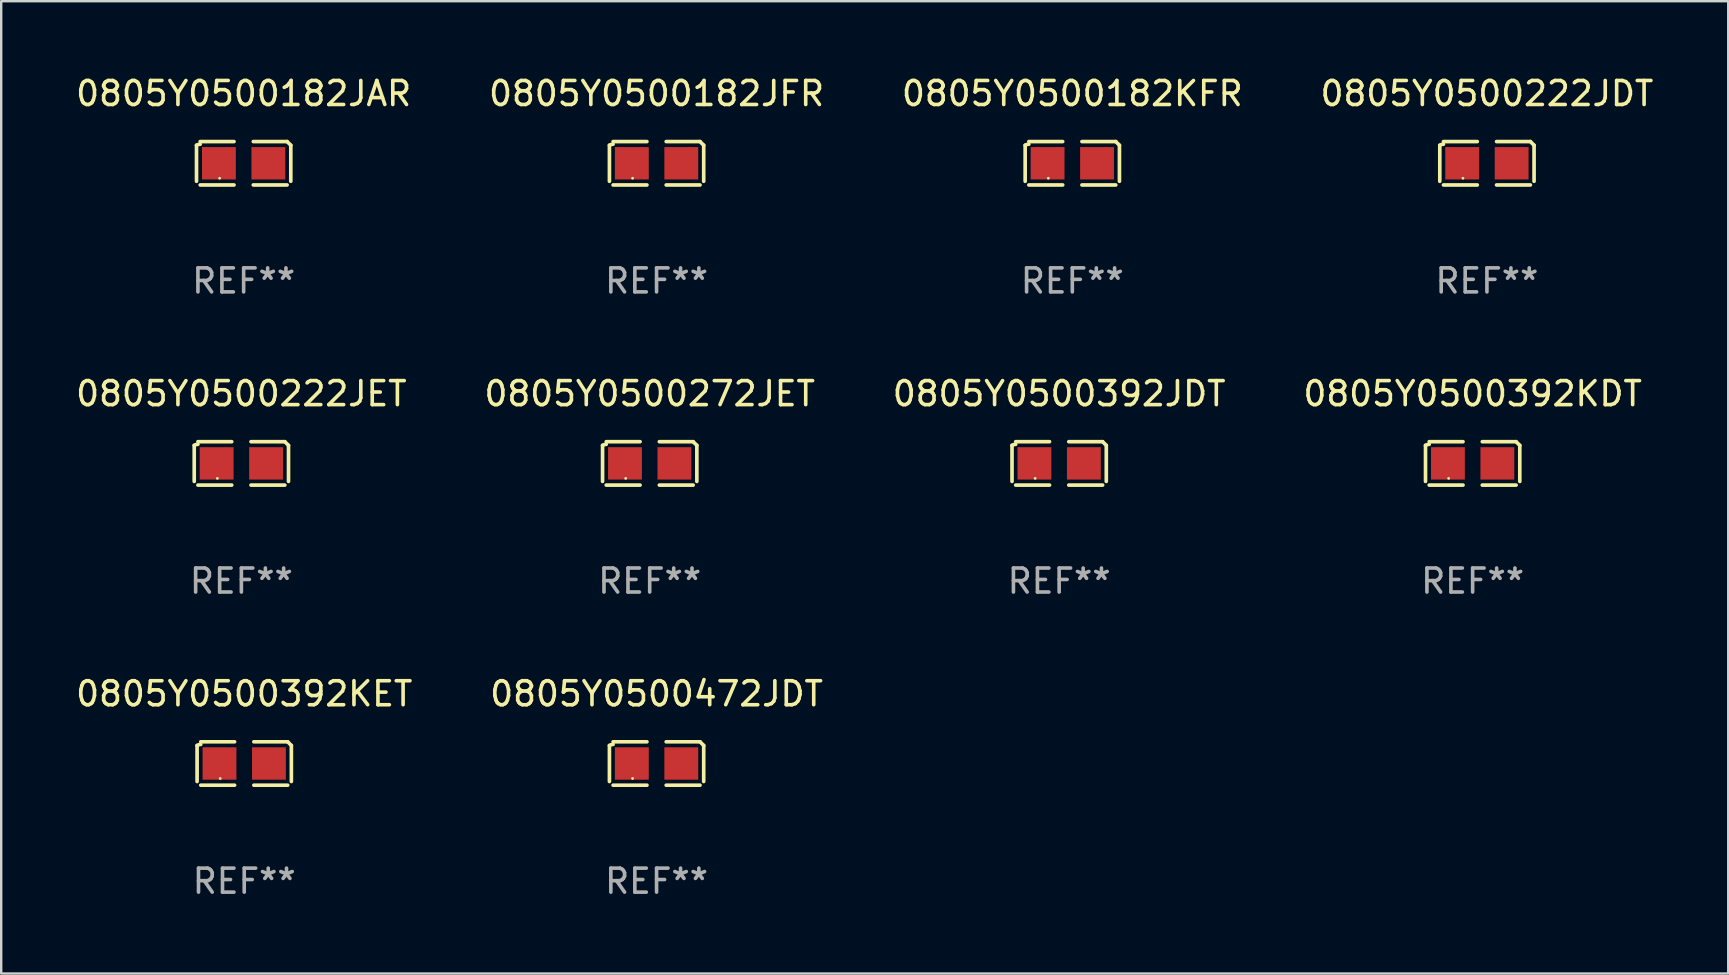
<source format=kicad_pcb>
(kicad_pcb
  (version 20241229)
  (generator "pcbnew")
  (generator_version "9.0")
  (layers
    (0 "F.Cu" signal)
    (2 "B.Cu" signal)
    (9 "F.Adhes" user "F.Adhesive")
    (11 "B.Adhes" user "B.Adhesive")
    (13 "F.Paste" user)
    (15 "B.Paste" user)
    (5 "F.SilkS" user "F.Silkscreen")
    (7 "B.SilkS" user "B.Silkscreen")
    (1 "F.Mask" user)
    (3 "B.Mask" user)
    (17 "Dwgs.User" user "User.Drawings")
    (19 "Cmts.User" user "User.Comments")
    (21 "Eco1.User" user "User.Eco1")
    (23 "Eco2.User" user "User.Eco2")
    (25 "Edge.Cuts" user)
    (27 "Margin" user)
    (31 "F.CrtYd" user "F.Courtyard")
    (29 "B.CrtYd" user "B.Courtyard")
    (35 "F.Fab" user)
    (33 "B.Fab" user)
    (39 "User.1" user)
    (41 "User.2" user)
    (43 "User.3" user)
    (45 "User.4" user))
  (footprint "0805Y0500272JET"
    (layer "F.Cu")
    (at 24.018 16.256)
    (property "Reference" "0805Y0500272JET" (at 0 -2.904 0) (layer "F.SilkS") (effects (font (size 1 1) (thickness 0.15))))
    (attr through_hole)
    (fp_line (start -1.964 0.751) (end -1.964 -0.751) (stroke (width 0.152) (type solid)) (layer "F.SilkS"))
    (fp_line (start -1.811 -0.904) (end -0.401 -0.904) (stroke (width 0.152) (type solid)) (layer "F.SilkS"))
    (fp_line (start -0.401 0.904) (end -1.811 0.904) (stroke (width 0.152) (type solid)) (layer "F.SilkS"))
    (fp_line (start 0.401 0.904) (end 1.811 0.904) (stroke (width 0.152) (type solid)) (layer "F.SilkS"))
    (fp_line (start 1.811 -0.904) (end 0.401 -0.904) (stroke (width 0.152) (type solid)) (layer "F.SilkS"))
    (fp_line (start 1.964 0.751) (end 1.964 -0.751) (stroke (width 0.152) (type solid)) (layer "F.SilkS"))
    (fp_arc (start -1.963602 -0.751207) (mid -1.890354 -0.783131) (end -1.811201 -0.794044) (stroke (width 0.1524) (type solid)) (layer "F.SilkS"))
    (fp_arc (start 1.811202 -0.903607) (mid 1.887413 -0.827418) (end 1.963602 -0.751207) (stroke (width 0.1524) (type solid)) (layer "F.SilkS"))
    (fp_circle (center -1 0.625) (end -0.97 0.625) (stroke (width 0.06) (type solid)) (fill no) (layer "F.SilkS"))
    (fp_text user "REF**" (at 0 4.904 0) (layer "F.Fab") (effects (font (size 1 1) (thickness 0.15))))
    (pad "1" smd rect (at -1.03 0) (size 1.41 1.35) (layers "F.Cu" "F.Mask" "F.Paste"))
    (pad "2" smd rect (at 1.03 0) (size 1.41 1.35) (layers "F.Cu" "F.Mask" "F.Paste")))
  (footprint "0805Y0500222JDT"
    (layer "F.Cu")
    (at 58.899 3.752)
    (property "Reference" "0805Y0500222JDT" (at 0 -2.904 0) (layer "F.SilkS") (effects (font (size 1 1) (thickness 0.15))))
    (attr through_hole)
    (fp_line (start -1.964 0.751) (end -1.964 -0.751) (stroke (width 0.152) (type solid)) (layer "F.SilkS"))
    (fp_line (start -1.811 -0.904) (end -0.401 -0.904) (stroke (width 0.152) (type solid)) (layer "F.SilkS"))
    (fp_line (start -0.401 0.904) (end -1.811 0.904) (stroke (width 0.152) (type solid)) (layer "F.SilkS"))
    (fp_line (start 0.401 0.904) (end 1.811 0.904) (stroke (width 0.152) (type solid)) (layer "F.SilkS"))
    (fp_line (start 1.811 -0.904) (end 0.401 -0.904) (stroke (width 0.152) (type solid)) (layer "F.SilkS"))
    (fp_line (start 1.964 0.751) (end 1.964 -0.751) (stroke (width 0.152) (type solid)) (layer "F.SilkS"))
    (fp_arc (start -1.963602 -0.751207) (mid -1.890354 -0.783131) (end -1.811201 -0.794044) (stroke (width 0.1524) (type solid)) (layer "F.SilkS"))
    (fp_arc (start 1.811202 -0.903607) (mid 1.887413 -0.827418) (end 1.963602 -0.751207) (stroke (width 0.1524) (type solid)) (layer "F.SilkS"))
    (fp_circle (center -1 0.625) (end -0.97 0.625) (stroke (width 0.06) (type solid)) (fill no) (layer "F.SilkS"))
    (fp_text user "REF**" (at 0 4.904 0) (layer "F.Fab") (effects (font (size 1 1) (thickness 0.15))))
    (pad "1" smd rect (at -1.03 0) (size 1.41 1.35) (layers "F.Cu" "F.Mask" "F.Paste"))
    (pad "2" smd rect (at 1.03 0) (size 1.41 1.35) (layers "F.Cu" "F.Mask" "F.Paste")))
  (footprint "0805Y0500182JFR"
    (layer "F.Cu")
    (at 24.304 3.752)
    (property "Reference" "0805Y0500182JFR" (at 0 -2.904 0) (layer "F.SilkS") (effects (font (size 1 1) (thickness 0.15))))
    (attr through_hole)
    (fp_line (start -1.964 0.751) (end -1.964 -0.751) (stroke (width 0.152) (type solid)) (layer "F.SilkS"))
    (fp_line (start -1.811 -0.904) (end -0.401 -0.904) (stroke (width 0.152) (type solid)) (layer "F.SilkS"))
    (fp_line (start -0.401 0.904) (end -1.811 0.904) (stroke (width 0.152) (type solid)) (layer "F.SilkS"))
    (fp_line (start 0.401 0.904) (end 1.811 0.904) (stroke (width 0.152) (type solid)) (layer "F.SilkS"))
    (fp_line (start 1.811 -0.904) (end 0.401 -0.904) (stroke (width 0.152) (type solid)) (layer "F.SilkS"))
    (fp_line (start 1.964 0.751) (end 1.964 -0.751) (stroke (width 0.152) (type solid)) (layer "F.SilkS"))
    (fp_arc (start -1.963602 -0.751207) (mid -1.890354 -0.783131) (end -1.811201 -0.794044) (stroke (width 0.1524) (type solid)) (layer "F.SilkS"))
    (fp_arc (start 1.811202 -0.903607) (mid 1.887413 -0.827418) (end 1.963602 -0.751207) (stroke (width 0.1524) (type solid)) (layer "F.SilkS"))
    (fp_circle (center -1 0.625) (end -0.97 0.625) (stroke (width 0.06) (type solid)) (fill no) (layer "F.SilkS"))
    (fp_text user "REF**" (at 0 4.904 0) (layer "F.Fab") (effects (font (size 1 1) (thickness 0.15))))
    (pad "1" smd rect (at -1.03 0) (size 1.41 1.35) (layers "F.Cu" "F.Mask" "F.Paste"))
    (pad "2" smd rect (at 1.03 0) (size 1.41 1.35) (layers "F.Cu" "F.Mask" "F.Paste")))
  (footprint "0805Y0500392KET"
    (layer "F.Cu")
    (at 7.125 28.759)
    (property "Reference" "0805Y0500392KET" (at 0 -2.904 0) (layer "F.SilkS") (effects (font (size 1 1) (thickness 0.15))))
    (attr through_hole)
    (fp_line (start -1.964 0.751) (end -1.964 -0.751) (stroke (width 0.152) (type solid)) (layer "F.SilkS"))
    (fp_line (start -1.811 -0.904) (end -0.401 -0.904) (stroke (width 0.152) (type solid)) (layer "F.SilkS"))
    (fp_line (start -0.401 0.904) (end -1.811 0.904) (stroke (width 0.152) (type solid)) (layer "F.SilkS"))
    (fp_line (start 0.401 0.904) (end 1.811 0.904) (stroke (width 0.152) (type solid)) (layer "F.SilkS"))
    (fp_line (start 1.811 -0.904) (end 0.401 -0.904) (stroke (width 0.152) (type solid)) (layer "F.SilkS"))
    (fp_line (start 1.964 0.751) (end 1.964 -0.751) (stroke (width 0.152) (type solid)) (layer "F.SilkS"))
    (fp_arc (start -1.963602 -0.751207) (mid -1.890354 -0.783131) (end -1.811201 -0.794044) (stroke (width 0.1524) (type solid)) (layer "F.SilkS"))
    (fp_arc (start 1.811202 -0.903607) (mid 1.887413 -0.827418) (end 1.963602 -0.751207) (stroke (width 0.1524) (type solid)) (layer "F.SilkS"))
    (fp_circle (center -1 0.625) (end -0.97 0.625) (stroke (width 0.06) (type solid)) (fill no) (layer "F.SilkS"))
    (fp_text user "REF**" (at 0 4.904 0) (layer "F.Fab") (effects (font (size 1 1) (thickness 0.15))))
    (pad "1" smd rect (at -1.03 0) (size 1.41 1.35) (layers "F.Cu" "F.Mask" "F.Paste"))
    (pad "2" smd rect (at 1.03 0) (size 1.41 1.35) (layers "F.Cu" "F.Mask" "F.Paste")))
  (footprint "0805Y0500392JDT"
    (layer "F.Cu")
    (at 41.077 16.256)
    (property "Reference" "0805Y0500392JDT" (at 0 -2.904 0) (layer "F.SilkS") (effects (font (size 1 1) (thickness 0.15))))
    (attr through_hole)
    (fp_line (start -1.964 0.751) (end -1.964 -0.751) (stroke (width 0.152) (type solid)) (layer "F.SilkS"))
    (fp_line (start -1.811 -0.904) (end -0.401 -0.904) (stroke (width 0.152) (type solid)) (layer "F.SilkS"))
    (fp_line (start -0.401 0.904) (end -1.811 0.904) (stroke (width 0.152) (type solid)) (layer "F.SilkS"))
    (fp_line (start 0.401 0.904) (end 1.811 0.904) (stroke (width 0.152) (type solid)) (layer "F.SilkS"))
    (fp_line (start 1.811 -0.904) (end 0.401 -0.904) (stroke (width 0.152) (type solid)) (layer "F.SilkS"))
    (fp_line (start 1.964 0.751) (end 1.964 -0.751) (stroke (width 0.152) (type solid)) (layer "F.SilkS"))
    (fp_arc (start -1.963602 -0.751207) (mid -1.890354 -0.783131) (end -1.811201 -0.794044) (stroke (width 0.1524) (type solid)) (layer "F.SilkS"))
    (fp_arc (start 1.811202 -0.903607) (mid 1.887413 -0.827418) (end 1.963602 -0.751207) (stroke (width 0.1524) (type solid)) (layer "F.SilkS"))
    (fp_circle (center -1 0.625) (end -0.97 0.625) (stroke (width 0.06) (type solid)) (fill no) (layer "F.SilkS"))
    (fp_text user "REF**" (at 0 4.904 0) (layer "F.Fab") (effects (font (size 1 1) (thickness 0.15))))
    (pad "1" smd rect (at -1.03 0) (size 1.41 1.35) (layers "F.Cu" "F.Mask" "F.Paste"))
    (pad "2" smd rect (at 1.03 0) (size 1.41 1.35) (layers "F.Cu" "F.Mask" "F.Paste")))
  (footprint "0805Y0500472JDT"
    (layer "F.Cu")
    (at 24.304 28.759)
    (property "Reference" "0805Y0500472JDT" (at 0 -2.904 0) (layer "F.SilkS") (effects (font (size 1 1) (thickness 0.15))))
    (attr through_hole)
    (fp_line (start -1.964 0.751) (end -1.964 -0.751) (stroke (width 0.152) (type solid)) (layer "F.SilkS"))
    (fp_line (start -1.811 -0.904) (end -0.401 -0.904) (stroke (width 0.152) (type solid)) (layer "F.SilkS"))
    (fp_line (start -0.401 0.904) (end -1.811 0.904) (stroke (width 0.152) (type solid)) (layer "F.SilkS"))
    (fp_line (start 0.401 0.904) (end 1.811 0.904) (stroke (width 0.152) (type solid)) (layer "F.SilkS"))
    (fp_line (start 1.811 -0.904) (end 0.401 -0.904) (stroke (width 0.152) (type solid)) (layer "F.SilkS"))
    (fp_line (start 1.964 0.751) (end 1.964 -0.751) (stroke (width 0.152) (type solid)) (layer "F.SilkS"))
    (fp_arc (start -1.963602 -0.751207) (mid -1.890354 -0.783131) (end -1.811201 -0.794044) (stroke (width 0.1524) (type solid)) (layer "F.SilkS"))
    (fp_arc (start 1.811202 -0.903607) (mid 1.887413 -0.827418) (end 1.963602 -0.751207) (stroke (width 0.1524) (type solid)) (layer "F.SilkS"))
    (fp_circle (center -1 0.625) (end -0.97 0.625) (stroke (width 0.06) (type solid)) (fill no) (layer "F.SilkS"))
    (fp_text user "REF**" (at 0 4.904 0) (layer "F.Fab") (effects (font (size 1 1) (thickness 0.15))))
    (pad "1" smd rect (at -1.03 0) (size 1.41 1.35) (layers "F.Cu" "F.Mask" "F.Paste"))
    (pad "2" smd rect (at 1.03 0) (size 1.41 1.35) (layers "F.Cu" "F.Mask" "F.Paste")))
  (footprint "0805Y0500182JAR"
    (layer "F.Cu")
    (at 7.101 3.752)
    (property "Reference" "0805Y0500182JAR" (at 0 -2.904 0) (layer "F.SilkS") (effects (font (size 1 1) (thickness 0.15))))
    (attr through_hole)
    (fp_line (start -1.964 0.751) (end -1.964 -0.751) (stroke (width 0.152) (type solid)) (layer "F.SilkS"))
    (fp_line (start -1.811 -0.904) (end -0.401 -0.904) (stroke (width 0.152) (type solid)) (layer "F.SilkS"))
    (fp_line (start -0.401 0.904) (end -1.811 0.904) (stroke (width 0.152) (type solid)) (layer "F.SilkS"))
    (fp_line (start 0.401 0.904) (end 1.811 0.904) (stroke (width 0.152) (type solid)) (layer "F.SilkS"))
    (fp_line (start 1.811 -0.904) (end 0.401 -0.904) (stroke (width 0.152) (type solid)) (layer "F.SilkS"))
    (fp_line (start 1.964 0.751) (end 1.964 -0.751) (stroke (width 0.152) (type solid)) (layer "F.SilkS"))
    (fp_arc (start -1.963602 -0.751207) (mid -1.890354 -0.783131) (end -1.811201 -0.794044) (stroke (width 0.1524) (type solid)) (layer "F.SilkS"))
    (fp_arc (start 1.811202 -0.903607) (mid 1.887413 -0.827418) (end 1.963602 -0.751207) (stroke (width 0.1524) (type solid)) (layer "F.SilkS"))
    (fp_circle (center -1 0.625) (end -0.97 0.625) (stroke (width 0.06) (type solid)) (fill no) (layer "F.SilkS"))
    (fp_text user "REF**" (at 0 4.904 0) (layer "F.Fab") (effects (font (size 1 1) (thickness 0.15))))
    (pad "1" smd rect (at -1.03 0) (size 1.41 1.35) (layers "F.Cu" "F.Mask" "F.Paste"))
    (pad "2" smd rect (at 1.03 0) (size 1.41 1.35) (layers "F.Cu" "F.Mask" "F.Paste")))
  (footprint "0805Y0500222JET"
    (layer "F.Cu")
    (at 7.006 16.256)
    (property "Reference" "0805Y0500222JET" (at 0 -2.904 0) (layer "F.SilkS") (effects (font (size 1 1) (thickness 0.15))))
    (attr through_hole)
    (fp_line (start -1.964 0.751) (end -1.964 -0.751) (stroke (width 0.152) (type solid)) (layer "F.SilkS"))
    (fp_line (start -1.811 -0.904) (end -0.401 -0.904) (stroke (width 0.152) (type solid)) (layer "F.SilkS"))
    (fp_line (start -0.401 0.904) (end -1.811 0.904) (stroke (width 0.152) (type solid)) (layer "F.SilkS"))
    (fp_line (start 0.401 0.904) (end 1.811 0.904) (stroke (width 0.152) (type solid)) (layer "F.SilkS"))
    (fp_line (start 1.811 -0.904) (end 0.401 -0.904) (stroke (width 0.152) (type solid)) (layer "F.SilkS"))
    (fp_line (start 1.964 0.751) (end 1.964 -0.751) (stroke (width 0.152) (type solid)) (layer "F.SilkS"))
    (fp_arc (start -1.963602 -0.751207) (mid -1.890354 -0.783131) (end -1.811201 -0.794044) (stroke (width 0.1524) (type solid)) (layer "F.SilkS"))
    (fp_arc (start 1.811202 -0.903607) (mid 1.887413 -0.827418) (end 1.963602 -0.751207) (stroke (width 0.1524) (type solid)) (layer "F.SilkS"))
    (fp_circle (center -1 0.625) (end -0.97 0.625) (stroke (width 0.06) (type solid)) (fill no) (layer "F.SilkS"))
    (fp_text user "REF**" (at 0 4.904 0) (layer "F.Fab") (effects (font (size 1 1) (thickness 0.15))))
    (pad "1" smd rect (at -1.03 0) (size 1.41 1.35) (layers "F.Cu" "F.Mask" "F.Paste"))
    (pad "2" smd rect (at 1.03 0) (size 1.41 1.35) (layers "F.Cu" "F.Mask" "F.Paste")))
  (footprint "0805Y0500392KDT"
    (layer "F.Cu")
    (at 58.304 16.256)
    (property "Reference" "0805Y0500392KDT" (at 0 -2.904 0) (layer "F.SilkS") (effects (font (size 1 1) (thickness 0.15))))
    (attr through_hole)
    (fp_line (start -1.964 0.751) (end -1.964 -0.751) (stroke (width 0.152) (type solid)) (layer "F.SilkS"))
    (fp_line (start -1.811 -0.904) (end -0.401 -0.904) (stroke (width 0.152) (type solid)) (layer "F.SilkS"))
    (fp_line (start -0.401 0.904) (end -1.811 0.904) (stroke (width 0.152) (type solid)) (layer "F.SilkS"))
    (fp_line (start 0.401 0.904) (end 1.811 0.904) (stroke (width 0.152) (type solid)) (layer "F.SilkS"))
    (fp_line (start 1.811 -0.904) (end 0.401 -0.904) (stroke (width 0.152) (type solid)) (layer "F.SilkS"))
    (fp_line (start 1.964 0.751) (end 1.964 -0.751) (stroke (width 0.152) (type solid)) (layer "F.SilkS"))
    (fp_arc (start -1.963602 -0.751207) (mid -1.890354 -0.783131) (end -1.811201 -0.794044) (stroke (width 0.1524) (type solid)) (layer "F.SilkS"))
    (fp_arc (start 1.811202 -0.903607) (mid 1.887413 -0.827418) (end 1.963602 -0.751207) (stroke (width 0.1524) (type solid)) (layer "F.SilkS"))
    (fp_circle (center -1 0.625) (end -0.97 0.625) (stroke (width 0.06) (type solid)) (fill no) (layer "F.SilkS"))
    (fp_text user "REF**" (at 0 4.904 0) (layer "F.Fab") (effects (font (size 1 1) (thickness 0.15))))
    (pad "1" smd rect (at -1.03 0) (size 1.41 1.35) (layers "F.Cu" "F.Mask" "F.Paste"))
    (pad "2" smd rect (at 1.03 0) (size 1.41 1.35) (layers "F.Cu" "F.Mask" "F.Paste")))
  (footprint "0805Y0500182KFR"
    (layer "F.Cu")
    (at 41.625 3.752)
    (property "Reference" "0805Y0500182KFR" (at 0 -2.904 0) (layer "F.SilkS") (effects (font (size 1 1) (thickness 0.15))))
    (attr through_hole)
    (fp_line (start -1.964 0.751) (end -1.964 -0.751) (stroke (width 0.152) (type solid)) (layer "F.SilkS"))
    (fp_line (start -1.811 -0.904) (end -0.401 -0.904) (stroke (width 0.152) (type solid)) (layer "F.SilkS"))
    (fp_line (start -0.401 0.904) (end -1.811 0.904) (stroke (width 0.152) (type solid)) (layer "F.SilkS"))
    (fp_line (start 0.401 0.904) (end 1.811 0.904) (stroke (width 0.152) (type solid)) (layer "F.SilkS"))
    (fp_line (start 1.811 -0.904) (end 0.401 -0.904) (stroke (width 0.152) (type solid)) (layer "F.SilkS"))
    (fp_line (start 1.964 0.751) (end 1.964 -0.751) (stroke (width 0.152) (type solid)) (layer "F.SilkS"))
    (fp_arc (start -1.963602 -0.751207) (mid -1.890354 -0.783131) (end -1.811201 -0.794044) (stroke (width 0.1524) (type solid)) (layer "F.SilkS"))
    (fp_arc (start 1.811202 -0.903607) (mid 1.887413 -0.827418) (end 1.963602 -0.751207) (stroke (width 0.1524) (type solid)) (layer "F.SilkS"))
    (fp_circle (center -1 0.625) (end -0.97 0.625) (stroke (width 0.06) (type solid)) (fill no) (layer "F.SilkS"))
    (fp_text user "REF**" (at 0 4.904 0) (layer "F.Fab") (effects (font (size 1 1) (thickness 0.15))))
    (pad "1" smd rect (at -1.03 0) (size 1.41 1.35) (layers "F.Cu" "F.Mask" "F.Paste"))
    (pad "2" smd rect (at 1.03 0) (size 1.41 1.35) (layers "F.Cu" "F.Mask" "F.Paste")))
  (gr_rect
    (start -3 -3)
    (end 68.952 37.511)
    (stroke (width 0.1) (type default))
    (fill no)
    (layer "Edge.Cuts")))
</source>
